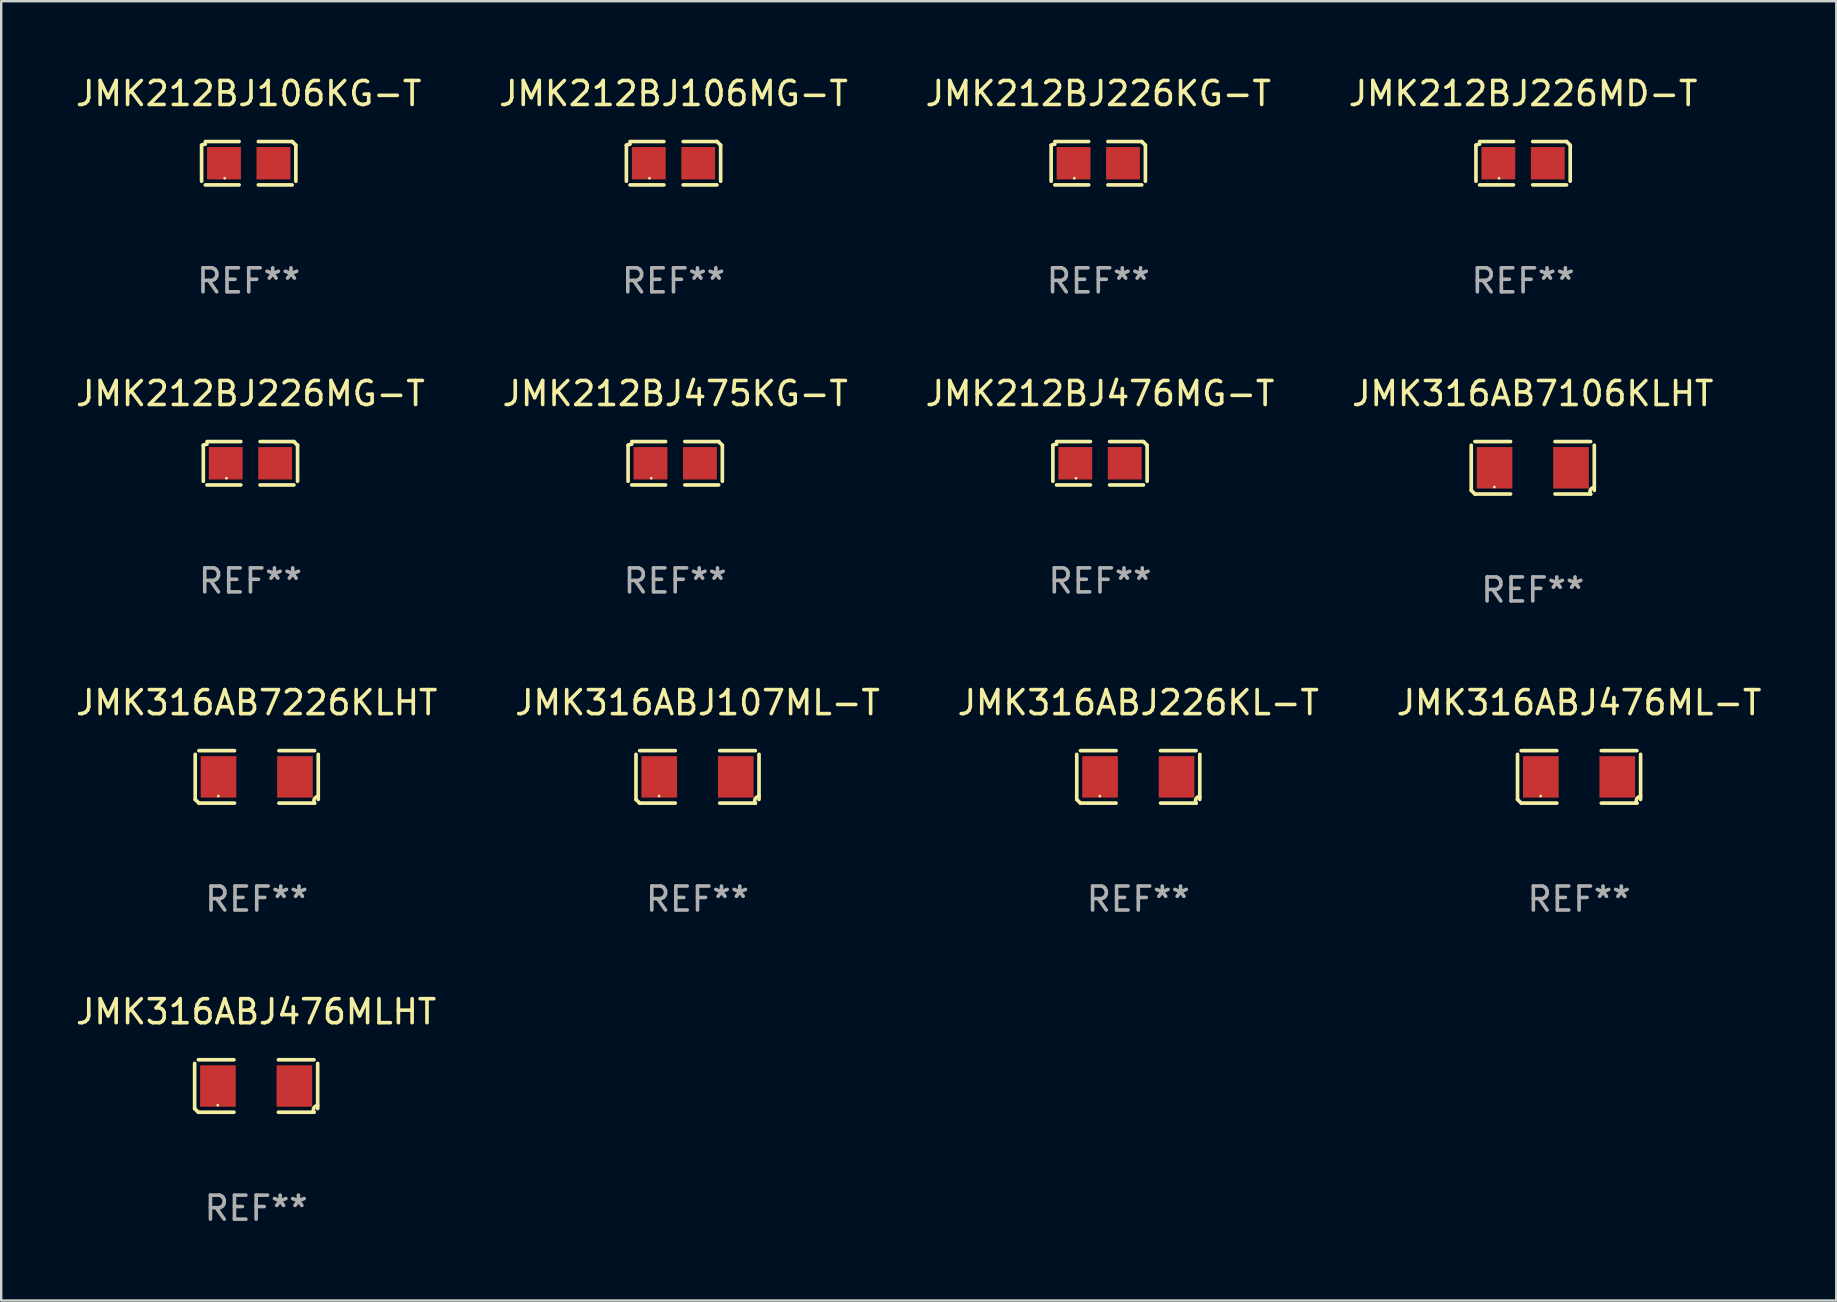
<source format=kicad_pcb>
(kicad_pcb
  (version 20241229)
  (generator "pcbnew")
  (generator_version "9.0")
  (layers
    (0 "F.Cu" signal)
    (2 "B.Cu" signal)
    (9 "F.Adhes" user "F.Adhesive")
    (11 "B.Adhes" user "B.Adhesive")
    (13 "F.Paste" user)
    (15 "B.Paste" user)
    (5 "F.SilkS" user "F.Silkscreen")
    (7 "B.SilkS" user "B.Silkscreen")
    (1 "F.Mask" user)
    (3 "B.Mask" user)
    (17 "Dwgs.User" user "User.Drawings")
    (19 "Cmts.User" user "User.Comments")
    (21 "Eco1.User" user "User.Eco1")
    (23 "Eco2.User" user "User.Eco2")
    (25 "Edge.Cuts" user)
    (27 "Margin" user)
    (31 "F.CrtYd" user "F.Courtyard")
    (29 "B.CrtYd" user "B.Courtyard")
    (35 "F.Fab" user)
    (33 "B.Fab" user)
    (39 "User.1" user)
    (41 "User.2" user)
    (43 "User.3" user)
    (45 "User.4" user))
  (footprint "JMK212BJ226MD-T"
    (layer "F.Cu")
    (at 60.423 3.752)
    (property "Reference" "JMK212BJ226MD-T" (at 0 -2.904 0) (layer "F.SilkS") (effects (font (size 1 1) (thickness 0.15))))
    (attr through_hole)
    (fp_line (start -1.964 0.751) (end -1.964 -0.751) (stroke (width 0.152) (type solid)) (layer "F.SilkS"))
    (fp_line (start -1.811 -0.904) (end -0.401 -0.904) (stroke (width 0.152) (type solid)) (layer "F.SilkS"))
    (fp_line (start -0.401 0.904) (end -1.811 0.904) (stroke (width 0.152) (type solid)) (layer "F.SilkS"))
    (fp_line (start 0.401 0.904) (end 1.811 0.904) (stroke (width 0.152) (type solid)) (layer "F.SilkS"))
    (fp_line (start 1.811 -0.904) (end 0.401 -0.904) (stroke (width 0.152) (type solid)) (layer "F.SilkS"))
    (fp_line (start 1.964 0.751) (end 1.964 -0.751) (stroke (width 0.152) (type solid)) (layer "F.SilkS"))
    (fp_arc (start -1.963602 -0.751207) (mid -1.890354 -0.783131) (end -1.811201 -0.794044) (stroke (width 0.1524) (type solid)) (layer "F.SilkS"))
    (fp_arc (start 1.811202 -0.903607) (mid 1.887413 -0.827418) (end 1.963602 -0.751207) (stroke (width 0.1524) (type solid)) (layer "F.SilkS"))
    (fp_circle (center -1 0.625) (end -0.97 0.625) (stroke (width 0.06) (type solid)) (fill no) (layer "F.SilkS"))
    (fp_text user "REF**" (at 0 4.904 0) (layer "F.Fab") (effects (font (size 1 1) (thickness 0.15))))
    (pad "1" smd rect (at -1.03 0) (size 1.41 1.35) (layers "F.Cu" "F.Mask" "F.Paste"))
    (pad "2" smd rect (at 1.03 0) (size 1.41 1.35) (layers "F.Cu" "F.Mask" "F.Paste")))
  (footprint "JMK212BJ106MG-T"
    (layer "F.Cu")
    (at 25.018 3.752)
    (property "Reference" "JMK212BJ106MG-T" (at 0 -2.904 0) (layer "F.SilkS") (effects (font (size 1 1) (thickness 0.15))))
    (attr through_hole)
    (fp_line (start -1.964 0.751) (end -1.964 -0.751) (stroke (width 0.152) (type solid)) (layer "F.SilkS"))
    (fp_line (start -1.811 -0.904) (end -0.401 -0.904) (stroke (width 0.152) (type solid)) (layer "F.SilkS"))
    (fp_line (start -0.401 0.904) (end -1.811 0.904) (stroke (width 0.152) (type solid)) (layer "F.SilkS"))
    (fp_line (start 0.401 0.904) (end 1.811 0.904) (stroke (width 0.152) (type solid)) (layer "F.SilkS"))
    (fp_line (start 1.811 -0.904) (end 0.401 -0.904) (stroke (width 0.152) (type solid)) (layer "F.SilkS"))
    (fp_line (start 1.964 0.751) (end 1.964 -0.751) (stroke (width 0.152) (type solid)) (layer "F.SilkS"))
    (fp_arc (start -1.963602 -0.751207) (mid -1.890354 -0.783131) (end -1.811201 -0.794044) (stroke (width 0.1524) (type solid)) (layer "F.SilkS"))
    (fp_arc (start 1.811202 -0.903607) (mid 1.887413 -0.827418) (end 1.963602 -0.751207) (stroke (width 0.1524) (type solid)) (layer "F.SilkS"))
    (fp_circle (center -1 0.625) (end -0.97 0.625) (stroke (width 0.06) (type solid)) (fill no) (layer "F.SilkS"))
    (fp_text user "REF**" (at 0 4.904 0) (layer "F.Fab") (effects (font (size 1 1) (thickness 0.15))))
    (pad "1" smd rect (at -1.03 0) (size 1.41 1.35) (layers "F.Cu" "F.Mask" "F.Paste"))
    (pad "2" smd rect (at 1.03 0) (size 1.41 1.35) (layers "F.Cu" "F.Mask" "F.Paste")))
  (footprint "JMK212BJ226KG-T"
    (layer "F.Cu")
    (at 42.72 3.752)
    (property "Reference" "JMK212BJ226KG-T" (at 0 -2.904 0) (layer "F.SilkS") (effects (font (size 1 1) (thickness 0.15))))
    (attr through_hole)
    (fp_line (start -1.964 0.751) (end -1.964 -0.751) (stroke (width 0.152) (type solid)) (layer "F.SilkS"))
    (fp_line (start -1.811 -0.904) (end -0.401 -0.904) (stroke (width 0.152) (type solid)) (layer "F.SilkS"))
    (fp_line (start -0.401 0.904) (end -1.811 0.904) (stroke (width 0.152) (type solid)) (layer "F.SilkS"))
    (fp_line (start 0.401 0.904) (end 1.811 0.904) (stroke (width 0.152) (type solid)) (layer "F.SilkS"))
    (fp_line (start 1.811 -0.904) (end 0.401 -0.904) (stroke (width 0.152) (type solid)) (layer "F.SilkS"))
    (fp_line (start 1.964 0.751) (end 1.964 -0.751) (stroke (width 0.152) (type solid)) (layer "F.SilkS"))
    (fp_arc (start -1.963602 -0.751207) (mid -1.890354 -0.783131) (end -1.811201 -0.794044) (stroke (width 0.1524) (type solid)) (layer "F.SilkS"))
    (fp_arc (start 1.811202 -0.903607) (mid 1.887413 -0.827418) (end 1.963602 -0.751207) (stroke (width 0.1524) (type solid)) (layer "F.SilkS"))
    (fp_circle (center -1 0.625) (end -0.97 0.625) (stroke (width 0.06) (type solid)) (fill no) (layer "F.SilkS"))
    (fp_text user "REF**" (at 0 4.904 0) (layer "F.Fab") (effects (font (size 1 1) (thickness 0.15))))
    (pad "1" smd rect (at -1.03 0) (size 1.41 1.35) (layers "F.Cu" "F.Mask" "F.Paste"))
    (pad "2" smd rect (at 1.03 0) (size 1.41 1.35) (layers "F.Cu" "F.Mask" "F.Paste")))
  (footprint "JMK316ABJ226KL-T"
    (layer "F.Cu")
    (at 44.387 29.326)
    (property "Reference" "JMK316ABJ226KL-T" (at 0 -3.093 0) (layer "F.SilkS") (effects (font (size 1 1) (thickness 0.15))))
    (attr through_hole)
    (fp_line (start -2.564 0.94) (end -2.564 -0.94) (stroke (width 0.152) (type solid)) (layer "F.SilkS"))
    (fp_line (start -2.411 -1.093) (end -0.926 -1.093) (stroke (width 0.152) (type solid)) (layer "F.SilkS"))
    (fp_line (start -0.926 1.093) (end -2.411 1.093) (stroke (width 0.152) (type solid)) (layer "F.SilkS"))
    (fp_line (start 0.926 1.093) (end 2.411 1.093) (stroke (width 0.152) (type solid)) (layer "F.SilkS"))
    (fp_line (start 2.411 -1.093) (end 0.926 -1.093) (stroke (width 0.152) (type solid)) (layer "F.SilkS"))
    (fp_line (start 2.564 0.94) (end 2.564 -0.94) (stroke (width 0.152) (type solid)) (layer "F.SilkS"))
    (fp_arc (start -2.411201 1.092609) (mid -2.487413 1.01642) (end -2.563602 0.940208) (stroke (width 0.1524) (type solid)) (layer "F.SilkS"))
    (fp_arc (start 2.411201 1.092609) (mid 2.407159 0.911226) (end 2.563602 0.819347) (stroke (width 0.1524) (type solid)) (layer "F.SilkS"))
    (fp_circle (center -1.6 0.8) (end -1.57 0.8) (stroke (width 0.06) (type solid)) (fill no) (layer "F.SilkS"))
    (fp_text user "REF**" (at 0 5.093 0) (layer "F.Fab") (effects (font (size 1 1) (thickness 0.15))))
    (pad "1" smd rect (at -1.593 0) (size 1.485 1.728) (layers "F.Cu" "F.Mask" "F.Paste"))
    (pad "2" smd rect (at 1.593 0) (size 1.485 1.728) (layers "F.Cu" "F.Mask" "F.Paste")))
  (footprint "JMK316ABJ476ML-T"
    (layer "F.Cu")
    (at 62.756 29.326)
    (property "Reference" "JMK316ABJ476ML-T" (at 0 -3.093 0) (layer "F.SilkS") (effects (font (size 1 1) (thickness 0.15))))
    (attr through_hole)
    (fp_line (start -2.564 0.94) (end -2.564 -0.94) (stroke (width 0.152) (type solid)) (layer "F.SilkS"))
    (fp_line (start -2.411 -1.093) (end -0.926 -1.093) (stroke (width 0.152) (type solid)) (layer "F.SilkS"))
    (fp_line (start -0.926 1.093) (end -2.411 1.093) (stroke (width 0.152) (type solid)) (layer "F.SilkS"))
    (fp_line (start 0.926 1.093) (end 2.411 1.093) (stroke (width 0.152) (type solid)) (layer "F.SilkS"))
    (fp_line (start 2.411 -1.093) (end 0.926 -1.093) (stroke (width 0.152) (type solid)) (layer "F.SilkS"))
    (fp_line (start 2.564 0.94) (end 2.564 -0.94) (stroke (width 0.152) (type solid)) (layer "F.SilkS"))
    (fp_arc (start -2.411201 1.092609) (mid -2.487413 1.01642) (end -2.563602 0.940208) (stroke (width 0.1524) (type solid)) (layer "F.SilkS"))
    (fp_arc (start 2.411201 1.092609) (mid 2.407159 0.911226) (end 2.563602 0.819347) (stroke (width 0.1524) (type solid)) (layer "F.SilkS"))
    (fp_circle (center -1.6 0.8) (end -1.57 0.8) (stroke (width 0.06) (type solid)) (fill no) (layer "F.SilkS"))
    (fp_text user "REF**" (at 0 5.093 0) (layer "F.Fab") (effects (font (size 1 1) (thickness 0.15))))
    (pad "1" smd rect (at -1.593 0) (size 1.485 1.728) (layers "F.Cu" "F.Mask" "F.Paste"))
    (pad "2" smd rect (at 1.593 0) (size 1.485 1.728) (layers "F.Cu" "F.Mask" "F.Paste")))
  (footprint "JMK316ABJ107ML-T"
    (layer "F.Cu")
    (at 26.018 29.326)
    (property "Reference" "JMK316ABJ107ML-T" (at 0 -3.093 0) (layer "F.SilkS") (effects (font (size 1 1) (thickness 0.15))))
    (attr through_hole)
    (fp_line (start -2.564 0.94) (end -2.564 -0.94) (stroke (width 0.152) (type solid)) (layer "F.SilkS"))
    (fp_line (start -2.411 -1.093) (end -0.926 -1.093) (stroke (width 0.152) (type solid)) (layer "F.SilkS"))
    (fp_line (start -0.926 1.093) (end -2.411 1.093) (stroke (width 0.152) (type solid)) (layer "F.SilkS"))
    (fp_line (start 0.926 1.093) (end 2.411 1.093) (stroke (width 0.152) (type solid)) (layer "F.SilkS"))
    (fp_line (start 2.411 -1.093) (end 0.926 -1.093) (stroke (width 0.152) (type solid)) (layer "F.SilkS"))
    (fp_line (start 2.564 0.94) (end 2.564 -0.94) (stroke (width 0.152) (type solid)) (layer "F.SilkS"))
    (fp_arc (start -2.411201 1.092609) (mid -2.487413 1.01642) (end -2.563602 0.940208) (stroke (width 0.1524) (type solid)) (layer "F.SilkS"))
    (fp_arc (start 2.411201 1.092609) (mid 2.407159 0.911226) (end 2.563602 0.819347) (stroke (width 0.1524) (type solid)) (layer "F.SilkS"))
    (fp_circle (center -1.6 0.8) (end -1.57 0.8) (stroke (width 0.06) (type solid)) (fill no) (layer "F.SilkS"))
    (fp_text user "REF**" (at 0 5.093 0) (layer "F.Fab") (effects (font (size 1 1) (thickness 0.15))))
    (pad "1" smd rect (at -1.593 0) (size 1.485 1.728) (layers "F.Cu" "F.Mask" "F.Paste"))
    (pad "2" smd rect (at 1.593 0) (size 1.485 1.728) (layers "F.Cu" "F.Mask" "F.Paste")))
  (footprint "JMK316ABJ476MLHT"
    (layer "F.Cu")
    (at 7.625 42.208)
    (property "Reference" "JMK316ABJ476MLHT" (at 0 -3.093 0) (layer "F.SilkS") (effects (font (size 1 1) (thickness 0.15))))
    (attr through_hole)
    (fp_line (start -2.564 0.94) (end -2.564 -0.94) (stroke (width 0.152) (type solid)) (layer "F.SilkS"))
    (fp_line (start -2.411 -1.093) (end -0.926 -1.093) (stroke (width 0.152) (type solid)) (layer "F.SilkS"))
    (fp_line (start -0.926 1.093) (end -2.411 1.093) (stroke (width 0.152) (type solid)) (layer "F.SilkS"))
    (fp_line (start 0.926 1.093) (end 2.411 1.093) (stroke (width 0.152) (type solid)) (layer "F.SilkS"))
    (fp_line (start 2.411 -1.093) (end 0.926 -1.093) (stroke (width 0.152) (type solid)) (layer "F.SilkS"))
    (fp_line (start 2.564 0.94) (end 2.564 -0.94) (stroke (width 0.152) (type solid)) (layer "F.SilkS"))
    (fp_arc (start -2.411201 1.092609) (mid -2.487413 1.01642) (end -2.563602 0.940208) (stroke (width 0.1524) (type solid)) (layer "F.SilkS"))
    (fp_arc (start 2.411201 1.092609) (mid 2.407159 0.911226) (end 2.563602 0.819347) (stroke (width 0.1524) (type solid)) (layer "F.SilkS"))
    (fp_circle (center -1.6 0.8) (end -1.57 0.8) (stroke (width 0.06) (type solid)) (fill no) (layer "F.SilkS"))
    (fp_text user "REF**" (at 0 5.093 0) (layer "F.Fab") (effects (font (size 1 1) (thickness 0.15))))
    (pad "1" smd rect (at -1.593 0) (size 1.485 1.728) (layers "F.Cu" "F.Mask" "F.Paste"))
    (pad "2" smd rect (at 1.593 0) (size 1.485 1.728) (layers "F.Cu" "F.Mask" "F.Paste")))
  (footprint "JMK316AB7106KLHT"
    (layer "F.Cu")
    (at 60.827 16.445)
    (property "Reference" "JMK316AB7106KLHT" (at 0 -3.093 0) (layer "F.SilkS") (effects (font (size 1 1) (thickness 0.15))))
    (attr through_hole)
    (fp_line (start -2.564 0.94) (end -2.564 -0.94) (stroke (width 0.152) (type solid)) (layer "F.SilkS"))
    (fp_line (start -2.411 -1.093) (end -0.926 -1.093) (stroke (width 0.152) (type solid)) (layer "F.SilkS"))
    (fp_line (start -0.926 1.093) (end -2.411 1.093) (stroke (width 0.152) (type solid)) (layer "F.SilkS"))
    (fp_line (start 0.926 1.093) (end 2.411 1.093) (stroke (width 0.152) (type solid)) (layer "F.SilkS"))
    (fp_line (start 2.411 -1.093) (end 0.926 -1.093) (stroke (width 0.152) (type solid)) (layer "F.SilkS"))
    (fp_line (start 2.564 0.94) (end 2.564 -0.94) (stroke (width 0.152) (type solid)) (layer "F.SilkS"))
    (fp_arc (start -2.411201 1.092609) (mid -2.487413 1.01642) (end -2.563602 0.940208) (stroke (width 0.1524) (type solid)) (layer "F.SilkS"))
    (fp_arc (start 2.411201 1.092609) (mid 2.407159 0.911226) (end 2.563602 0.819347) (stroke (width 0.1524) (type solid)) (layer "F.SilkS"))
    (fp_circle (center -1.6 0.8) (end -1.57 0.8) (stroke (width 0.06) (type solid)) (fill no) (layer "F.SilkS"))
    (fp_text user "REF**" (at 0 5.093 0) (layer "F.Fab") (effects (font (size 1 1) (thickness 0.15))))
    (pad "1" smd rect (at -1.593 0) (size 1.485 1.728) (layers "F.Cu" "F.Mask" "F.Paste"))
    (pad "2" smd rect (at 1.593 0) (size 1.485 1.728) (layers "F.Cu" "F.Mask" "F.Paste")))
  (footprint "JMK212BJ475KG-T"
    (layer "F.Cu")
    (at 25.089 16.256)
    (property "Reference" "JMK212BJ475KG-T" (at 0 -2.904 0) (layer "F.SilkS") (effects (font (size 1 1) (thickness 0.15))))
    (attr through_hole)
    (fp_line (start -1.964 0.751) (end -1.964 -0.751) (stroke (width 0.152) (type solid)) (layer "F.SilkS"))
    (fp_line (start -1.811 -0.904) (end -0.401 -0.904) (stroke (width 0.152) (type solid)) (layer "F.SilkS"))
    (fp_line (start -0.401 0.904) (end -1.811 0.904) (stroke (width 0.152) (type solid)) (layer "F.SilkS"))
    (fp_line (start 0.401 0.904) (end 1.811 0.904) (stroke (width 0.152) (type solid)) (layer "F.SilkS"))
    (fp_line (start 1.811 -0.904) (end 0.401 -0.904) (stroke (width 0.152) (type solid)) (layer "F.SilkS"))
    (fp_line (start 1.964 0.751) (end 1.964 -0.751) (stroke (width 0.152) (type solid)) (layer "F.SilkS"))
    (fp_arc (start -1.963602 -0.751207) (mid -1.890354 -0.783131) (end -1.811201 -0.794044) (stroke (width 0.1524) (type solid)) (layer "F.SilkS"))
    (fp_arc (start 1.811202 -0.903607) (mid 1.887413 -0.827418) (end 1.963602 -0.751207) (stroke (width 0.1524) (type solid)) (layer "F.SilkS"))
    (fp_circle (center -1 0.625) (end -0.97 0.625) (stroke (width 0.06) (type solid)) (fill no) (layer "F.SilkS"))
    (fp_text user "REF**" (at 0 4.904 0) (layer "F.Fab") (effects (font (size 1 1) (thickness 0.15))))
    (pad "1" smd rect (at -1.03 0) (size 1.41 1.35) (layers "F.Cu" "F.Mask" "F.Paste"))
    (pad "2" smd rect (at 1.03 0) (size 1.41 1.35) (layers "F.Cu" "F.Mask" "F.Paste")))
  (footprint "JMK212BJ106KG-T"
    (layer "F.Cu")
    (at 7.315 3.752)
    (property "Reference" "JMK212BJ106KG-T" (at 0 -2.904 0) (layer "F.SilkS") (effects (font (size 1 1) (thickness 0.15))))
    (attr through_hole)
    (fp_line (start -1.964 0.751) (end -1.964 -0.751) (stroke (width 0.152) (type solid)) (layer "F.SilkS"))
    (fp_line (start -1.811 -0.904) (end -0.401 -0.904) (stroke (width 0.152) (type solid)) (layer "F.SilkS"))
    (fp_line (start -0.401 0.904) (end -1.811 0.904) (stroke (width 0.152) (type solid)) (layer "F.SilkS"))
    (fp_line (start 0.401 0.904) (end 1.811 0.904) (stroke (width 0.152) (type solid)) (layer "F.SilkS"))
    (fp_line (start 1.811 -0.904) (end 0.401 -0.904) (stroke (width 0.152) (type solid)) (layer "F.SilkS"))
    (fp_line (start 1.964 0.751) (end 1.964 -0.751) (stroke (width 0.152) (type solid)) (layer "F.SilkS"))
    (fp_arc (start -1.963602 -0.751207) (mid -1.890354 -0.783131) (end -1.811201 -0.794044) (stroke (width 0.1524) (type solid)) (layer "F.SilkS"))
    (fp_arc (start 1.811202 -0.903607) (mid 1.887413 -0.827418) (end 1.963602 -0.751207) (stroke (width 0.1524) (type solid)) (layer "F.SilkS"))
    (fp_circle (center -1 0.625) (end -0.97 0.625) (stroke (width 0.06) (type solid)) (fill no) (layer "F.SilkS"))
    (fp_text user "REF**" (at 0 4.904 0) (layer "F.Fab") (effects (font (size 1 1) (thickness 0.15))))
    (pad "1" smd rect (at -1.03 0) (size 1.41 1.35) (layers "F.Cu" "F.Mask" "F.Paste"))
    (pad "2" smd rect (at 1.03 0) (size 1.41 1.35) (layers "F.Cu" "F.Mask" "F.Paste")))
  (footprint "JMK316AB7226KLHT"
    (layer "F.Cu")
    (at 7.649 29.326)
    (property "Reference" "JMK316AB7226KLHT" (at 0 -3.093 0) (layer "F.SilkS") (effects (font (size 1 1) (thickness 0.15))))
    (attr through_hole)
    (fp_line (start -2.564 0.94) (end -2.564 -0.94) (stroke (width 0.152) (type solid)) (layer "F.SilkS"))
    (fp_line (start -2.411 -1.093) (end -0.926 -1.093) (stroke (width 0.152) (type solid)) (layer "F.SilkS"))
    (fp_line (start -0.926 1.093) (end -2.411 1.093) (stroke (width 0.152) (type solid)) (layer "F.SilkS"))
    (fp_line (start 0.926 1.093) (end 2.411 1.093) (stroke (width 0.152) (type solid)) (layer "F.SilkS"))
    (fp_line (start 2.411 -1.093) (end 0.926 -1.093) (stroke (width 0.152) (type solid)) (layer "F.SilkS"))
    (fp_line (start 2.564 0.94) (end 2.564 -0.94) (stroke (width 0.152) (type solid)) (layer "F.SilkS"))
    (fp_arc (start -2.411201 1.092609) (mid -2.487413 1.01642) (end -2.563602 0.940208) (stroke (width 0.1524) (type solid)) (layer "F.SilkS"))
    (fp_arc (start 2.411201 1.092609) (mid 2.407159 0.911226) (end 2.563602 0.819347) (stroke (width 0.1524) (type solid)) (layer "F.SilkS"))
    (fp_circle (center -1.6 0.8) (end -1.57 0.8) (stroke (width 0.06) (type solid)) (fill no) (layer "F.SilkS"))
    (fp_text user "REF**" (at 0 5.093 0) (layer "F.Fab") (effects (font (size 1 1) (thickness 0.15))))
    (pad "1" smd rect (at -1.593 0) (size 1.485 1.728) (layers "F.Cu" "F.Mask" "F.Paste"))
    (pad "2" smd rect (at 1.593 0) (size 1.485 1.728) (layers "F.Cu" "F.Mask" "F.Paste")))
  (footprint "JMK212BJ226MG-T"
    (layer "F.Cu")
    (at 7.387 16.256)
    (property "Reference" "JMK212BJ226MG-T" (at 0 -2.904 0) (layer "F.SilkS") (effects (font (size 1 1) (thickness 0.15))))
    (attr through_hole)
    (fp_line (start -1.964 0.751) (end -1.964 -0.751) (stroke (width 0.152) (type solid)) (layer "F.SilkS"))
    (fp_line (start -1.811 -0.904) (end -0.401 -0.904) (stroke (width 0.152) (type solid)) (layer "F.SilkS"))
    (fp_line (start -0.401 0.904) (end -1.811 0.904) (stroke (width 0.152) (type solid)) (layer "F.SilkS"))
    (fp_line (start 0.401 0.904) (end 1.811 0.904) (stroke (width 0.152) (type solid)) (layer "F.SilkS"))
    (fp_line (start 1.811 -0.904) (end 0.401 -0.904) (stroke (width 0.152) (type solid)) (layer "F.SilkS"))
    (fp_line (start 1.964 0.751) (end 1.964 -0.751) (stroke (width 0.152) (type solid)) (layer "F.SilkS"))
    (fp_arc (start -1.963602 -0.751207) (mid -1.890354 -0.783131) (end -1.811201 -0.794044) (stroke (width 0.1524) (type solid)) (layer "F.SilkS"))
    (fp_arc (start 1.811202 -0.903607) (mid 1.887413 -0.827418) (end 1.963602 -0.751207) (stroke (width 0.1524) (type solid)) (layer "F.SilkS"))
    (fp_circle (center -1 0.625) (end -0.97 0.625) (stroke (width 0.06) (type solid)) (fill no) (layer "F.SilkS"))
    (fp_text user "REF**" (at 0 4.904 0) (layer "F.Fab") (effects (font (size 1 1) (thickness 0.15))))
    (pad "1" smd rect (at -1.03 0) (size 1.41 1.35) (layers "F.Cu" "F.Mask" "F.Paste"))
    (pad "2" smd rect (at 1.03 0) (size 1.41 1.35) (layers "F.Cu" "F.Mask" "F.Paste")))
  (footprint "JMK212BJ476MG-T"
    (layer "F.Cu")
    (at 42.792 16.256)
    (property "Reference" "JMK212BJ476MG-T" (at 0 -2.904 0) (layer "F.SilkS") (effects (font (size 1 1) (thickness 0.15))))
    (attr through_hole)
    (fp_line (start -1.964 0.751) (end -1.964 -0.751) (stroke (width 0.152) (type solid)) (layer "F.SilkS"))
    (fp_line (start -1.811 -0.904) (end -0.401 -0.904) (stroke (width 0.152) (type solid)) (layer "F.SilkS"))
    (fp_line (start -0.401 0.904) (end -1.811 0.904) (stroke (width 0.152) (type solid)) (layer "F.SilkS"))
    (fp_line (start 0.401 0.904) (end 1.811 0.904) (stroke (width 0.152) (type solid)) (layer "F.SilkS"))
    (fp_line (start 1.811 -0.904) (end 0.401 -0.904) (stroke (width 0.152) (type solid)) (layer "F.SilkS"))
    (fp_line (start 1.964 0.751) (end 1.964 -0.751) (stroke (width 0.152) (type solid)) (layer "F.SilkS"))
    (fp_arc (start -1.963602 -0.751207) (mid -1.890354 -0.783131) (end -1.811201 -0.794044) (stroke (width 0.1524) (type solid)) (layer "F.SilkS"))
    (fp_arc (start 1.811202 -0.903607) (mid 1.887413 -0.827418) (end 1.963602 -0.751207) (stroke (width 0.1524) (type solid)) (layer "F.SilkS"))
    (fp_circle (center -1 0.625) (end -0.97 0.625) (stroke (width 0.06) (type solid)) (fill no) (layer "F.SilkS"))
    (fp_text user "REF**" (at 0 4.904 0) (layer "F.Fab") (effects (font (size 1 1) (thickness 0.15))))
    (pad "1" smd rect (at -1.03 0) (size 1.41 1.35) (layers "F.Cu" "F.Mask" "F.Paste"))
    (pad "2" smd rect (at 1.03 0) (size 1.41 1.35) (layers "F.Cu" "F.Mask" "F.Paste")))
  (gr_rect
    (start -3 -3)
    (end 73.476 51.149)
    (stroke (width 0.1) (type default))
    (fill no)
    (layer "Edge.Cuts")))
</source>
